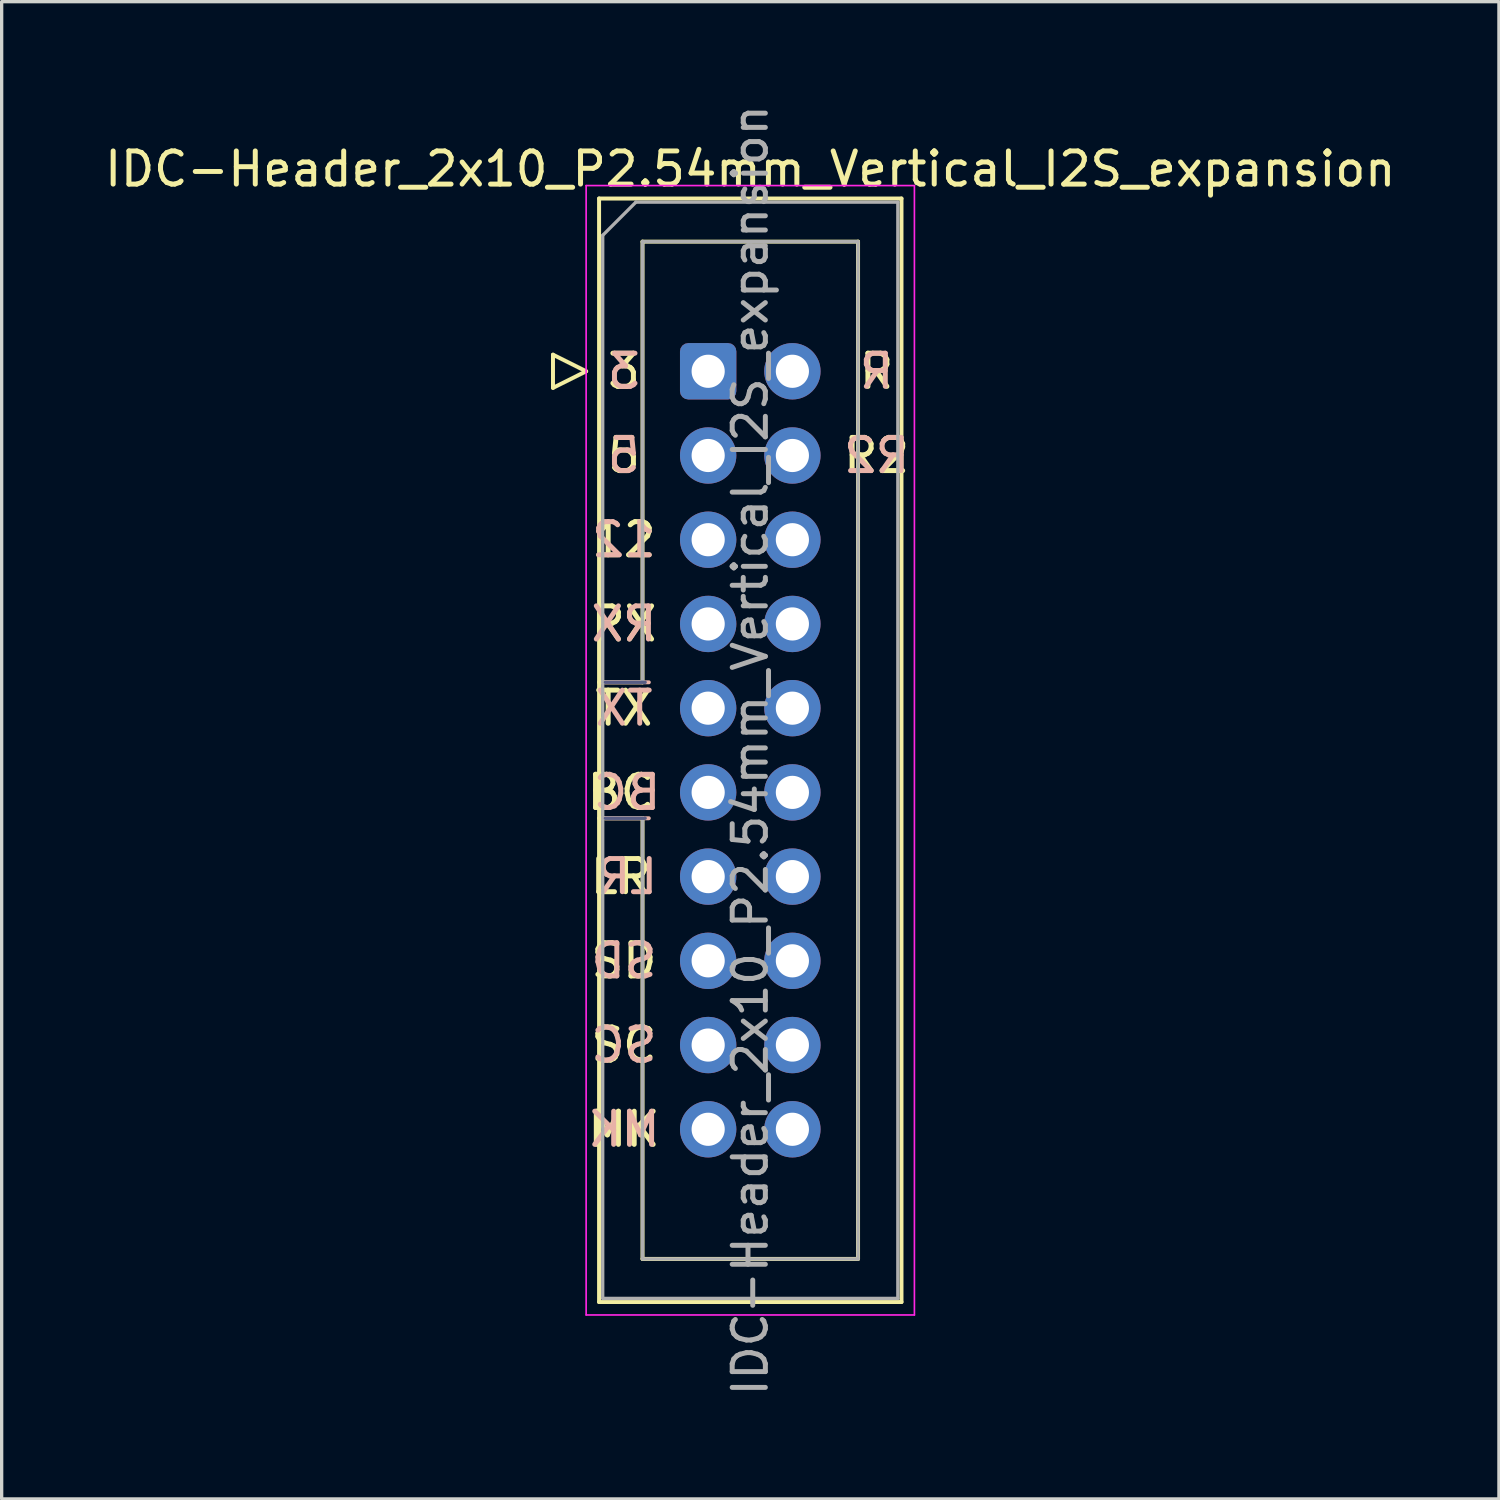
<source format=kicad_pcb>
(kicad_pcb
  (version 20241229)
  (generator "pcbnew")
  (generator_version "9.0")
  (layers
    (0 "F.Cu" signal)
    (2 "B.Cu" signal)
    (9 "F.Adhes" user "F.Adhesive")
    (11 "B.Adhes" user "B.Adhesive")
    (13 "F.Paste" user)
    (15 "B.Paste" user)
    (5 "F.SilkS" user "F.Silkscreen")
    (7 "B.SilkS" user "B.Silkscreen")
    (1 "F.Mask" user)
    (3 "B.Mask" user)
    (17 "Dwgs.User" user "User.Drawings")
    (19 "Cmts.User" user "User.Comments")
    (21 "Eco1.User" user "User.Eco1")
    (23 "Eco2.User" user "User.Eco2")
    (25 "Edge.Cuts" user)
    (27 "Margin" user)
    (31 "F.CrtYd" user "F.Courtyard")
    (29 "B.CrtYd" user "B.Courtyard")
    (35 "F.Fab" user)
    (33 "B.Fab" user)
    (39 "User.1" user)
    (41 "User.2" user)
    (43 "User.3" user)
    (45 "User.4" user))
  (footprint "IDC-Header_2x10_P2.54mm_Vertical_I2S_expansion"
    (layer "F.Cu")
    (at 18.307 8.147)
    (property "Reference" "IDC-Header_2x10_P2.54mm_Vertical_I2S_expansion" (at 1.27 -6.1 0) (layer "F.SilkS") (effects (font (size 1 1) (thickness 0.15))))
    (attr through_hole)
    (fp_line (start -4.68 -0.5) (end -4.68 0.5) (stroke (width 0.12) (type solid)) (layer "F.SilkS"))
    (fp_line (start -4.68 0.5) (end -3.68 0) (stroke (width 0.12) (type solid)) (layer "F.SilkS"))
    (fp_line (start -3.68 0) (end -4.68 -0.5) (stroke (width 0.12) (type solid)) (layer "F.SilkS"))
    (fp_line (start -3.29 -5.21) (end 5.83 -5.21) (stroke (width 0.12) (type solid)) (layer "F.SilkS"))
    (fp_line (start -3.29 9.38) (end -1.98 9.38) (stroke (width 0.12) (type solid)) (layer "F.SilkS"))
    (fp_line (start -3.29 28.07) (end -3.29 -5.21) (stroke (width 0.12) (type solid)) (layer "F.SilkS"))
    (fp_line (start -1.98 -3.91) (end 4.52 -3.91) (stroke (width 0.12) (type solid)) (layer "F.SilkS"))
    (fp_line (start -1.98 9.38) (end -1.98 -3.91) (stroke (width 0.12) (type solid)) (layer "F.SilkS"))
    (fp_line (start -1.98 13.48) (end -3.29 13.48) (stroke (width 0.12) (type solid)) (layer "F.SilkS"))
    (fp_line (start -1.98 13.48) (end -1.98 13.48) (stroke (width 0.12) (type solid)) (layer "F.SilkS"))
    (fp_line (start -1.98 26.77) (end -1.98 13.48) (stroke (width 0.12) (type solid)) (layer "F.SilkS"))
    (fp_line (start 4.52 -3.91) (end 4.52 26.77) (stroke (width 0.12) (type solid)) (layer "F.SilkS"))
    (fp_line (start 4.52 26.77) (end -1.98 26.77) (stroke (width 0.12) (type solid)) (layer "F.SilkS"))
    (fp_line (start 5.83 -5.21) (end 5.83 28.07) (stroke (width 0.12) (type solid)) (layer "F.SilkS"))
    (fp_line (start 5.83 28.07) (end -3.29 28.07) (stroke (width 0.12) (type solid)) (layer "F.SilkS"))
    (fp_line (start -3.1 13.48) (end -1.79 13.48) (stroke (width 0.12) (type solid)) (layer "B.SilkS"))
    (fp_line (start -1.79 9.38) (end -3.1 9.38) (stroke (width 0.12) (type solid)) (layer "B.SilkS"))
    (fp_line (start -3.68 -5.6) (end -3.68 28.46) (stroke (width 0.05) (type solid)) (layer "F.CrtYd"))
    (fp_line (start -3.68 28.46) (end 6.22 28.46) (stroke (width 0.05) (type solid)) (layer "F.CrtYd"))
    (fp_line (start 6.22 -5.6) (end -3.68 -5.6) (stroke (width 0.05) (type solid)) (layer "F.CrtYd"))
    (fp_line (start 6.22 28.46) (end 6.22 -5.6) (stroke (width 0.05) (type solid)) (layer "F.CrtYd"))
    (fp_line (start -3.1 13.48) (end -1.9 13.48) (stroke (width 0.1) (type solid)) (layer "B.Fab"))
    (fp_line (start -1.9 9.38) (end -3.1 9.38) (stroke (width 0.1) (type solid)) (layer "B.Fab"))
    (fp_line (start -3.18 -4.1) (end -2.18 -5.1) (stroke (width 0.1) (type solid)) (layer "F.Fab"))
    (fp_line (start -3.18 9.38) (end -1.98 9.38) (stroke (width 0.1) (type solid)) (layer "F.Fab"))
    (fp_line (start -3.18 27.96) (end -3.18 -4.1) (stroke (width 0.1) (type solid)) (layer "F.Fab"))
    (fp_line (start -2.18 -5.1) (end 5.72 -5.1) (stroke (width 0.1) (type solid)) (layer "F.Fab"))
    (fp_line (start -1.98 -3.91) (end 4.52 -3.91) (stroke (width 0.1) (type solid)) (layer "F.Fab"))
    (fp_line (start -1.98 9.38) (end -1.98 -3.91) (stroke (width 0.1) (type solid)) (layer "F.Fab"))
    (fp_line (start -1.98 13.48) (end -3.18 13.48) (stroke (width 0.1) (type solid)) (layer "F.Fab"))
    (fp_line (start -1.98 13.48) (end -1.98 13.48) (stroke (width 0.1) (type solid)) (layer "F.Fab"))
    (fp_line (start -1.98 26.77) (end -1.98 13.48) (stroke (width 0.1) (type solid)) (layer "F.Fab"))
    (fp_line (start 4.52 -3.91) (end 4.52 26.77) (stroke (width 0.1) (type solid)) (layer "F.Fab"))
    (fp_line (start 4.52 26.77) (end -1.98 26.77) (stroke (width 0.1) (type solid)) (layer "F.Fab"))
    (fp_line (start 5.72 -5.1) (end 5.72 27.96) (stroke (width 0.1) (type solid)) (layer "F.Fab"))
    (fp_line (start 5.72 27.96) (end -3.18 27.96) (stroke (width 0.1) (type solid)) (layer "F.Fab"))
    (fp_text user "R2" (at 5.08 2.54 0) (unlocked yes) (layer "F.SilkS") (effects (font (size 1 1) (thickness 0.15))))
    (fp_text user "5" (at -2.54 2.54 0) (unlocked yes) (layer "F.SilkS") (effects (font (size 1 1) (thickness 0.15))))
    (fp_text user "3" (at -2.54 0 0) (unlocked yes) (layer "F.SilkS") (effects (font (size 1 1) (thickness 0.15))))
    (fp_text user "LR" (at -2.635 15.24 0) (unlocked yes) (layer "F.SilkS") (effects (font (size 1 1) (thickness 0.15))))
    (fp_text user "RX" (at -2.54 7.62 0) (unlocked yes) (layer "F.SilkS") (effects (font (size 1 1) (thickness 0.15))))
    (fp_text user "R" (at 5.08 0 0) (unlocked yes) (layer "F.SilkS") (effects (font (size 1 1) (thickness 0.15))))
    (fp_text user "SD" (at -2.54 17.78 0) (unlocked yes) (layer "F.SilkS") (effects (font (size 1 1) (thickness 0.15))))
    (fp_text user "12" (at -2.54 5.08 0) (unlocked yes) (layer "F.SilkS") (effects (font (size 1 1) (thickness 0.15))))
    (fp_text user "TX" (at -2.54 10.16 0) (unlocked yes) (layer "F.SilkS") (effects (font (size 1 1) (thickness 0.15))))
    (fp_text user "SC" (at -2.54 20.32 0) (unlocked yes) (layer "F.SilkS") (effects (font (size 1 1) (thickness 0.15))))
    (fp_text user "MK" (at -2.54 22.86 0) (unlocked yes) (layer "F.SilkS") (effects (font (size 1 1) (thickness 0.15))))
    (fp_text user "BC" (at -2.635 12.7 0) (unlocked yes) (layer "F.SilkS") (effects (font (size 1 1) (thickness 0.15))))
    (fp_text user "SD" (at -2.54 17.78 0) (unlocked yes) (layer "B.SilkS") (effects (font (size 1 1) (thickness 0.15)) (justify mirror)))
    (fp_text user "5" (at -2.54 2.54 0) (unlocked yes) (layer "B.SilkS") (effects (font (size 1 1) (thickness 0.15)) (justify mirror)))
    (fp_text user "LR" (at -2.445 15.24 0) (unlocked yes) (layer "B.SilkS") (effects (font (size 1 1) (thickness 0.15)) (justify mirror)))
    (fp_text user "MK" (at -2.54 22.86 0) (unlocked yes) (layer "B.SilkS") (effects (font (size 1 1) (thickness 0.15)) (justify mirror)))
    (fp_text user "3" (at -2.54 0 0) (unlocked yes) (layer "B.SilkS") (effects (font (size 1 1) (thickness 0.15)) (justify mirror)))
    (fp_text user "R" (at 5.08 0 0) (unlocked yes) (layer "B.SilkS") (effects (font (size 1 1) (thickness 0.15)) (justify mirror)))
    (fp_text user "R2" (at 5.08 2.54 0) (unlocked yes) (layer "B.SilkS") (effects (font (size 1 1) (thickness 0.15)) (justify mirror)))
    (fp_text user "TX" (at -2.54 10.16 0) (unlocked yes) (layer "B.SilkS") (effects (font (size 1 1) (thickness 0.15)) (justify mirror)))
    (fp_text user "12" (at -2.54 5.08 0) (unlocked yes) (layer "B.SilkS") (effects (font (size 1 1) (thickness 0.15)) (justify mirror)))
    (fp_text user "SC" (at -2.54 20.32 0) (unlocked yes) (layer "B.SilkS") (effects (font (size 1 1) (thickness 0.15)) (justify mirror)))
    (fp_text user "RX" (at -2.54 7.62 0) (unlocked yes) (layer "B.SilkS") (effects (font (size 1 1) (thickness 0.15)) (justify mirror)))
    (fp_text user "BC" (at -2.445 12.7 0) (unlocked yes) (layer "B.SilkS") (effects (font (size 1 1) (thickness 0.15)) (justify mirror)))
    (fp_text user "${REFERENCE}" (at 1.27 11.43 90) (layer "F.Fab") (effects (font (size 1 1) (thickness 0.15))))
    (pad "1" thru_hole roundrect (at 0 0) (size 1.7 1.7) (drill 1) (layers "*.Cu" "*.Mask") (roundrect_rratio 0.147))
    (pad "2" thru_hole circle (at 2.54 0) (size 1.7 1.7) (drill 1) (layers "*.Cu" "*.Mask"))
    (pad "3" thru_hole circle (at 0 2.54) (size 1.7 1.7) (drill 1) (layers "*.Cu" "*.Mask"))
    (pad "4" thru_hole circle (at 2.54 2.54) (size 1.7 1.7) (drill 1) (layers "*.Cu" "*.Mask"))
    (pad "5" thru_hole circle (at 0 5.08) (size 1.7 1.7) (drill 1) (layers "*.Cu" "*.Mask"))
    (pad "6" thru_hole circle (at 2.54 5.08) (size 1.7 1.7) (drill 1) (layers "*.Cu" "*.Mask"))
    (pad "7" thru_hole circle (at 0 7.62) (size 1.7 1.7) (drill 1) (layers "*.Cu" "*.Mask"))
    (pad "8" thru_hole circle (at 2.54 7.62) (size 1.7 1.7) (drill 1) (layers "*.Cu" "*.Mask"))
    (pad "9" thru_hole circle (at 0 10.16) (size 1.7 1.7) (drill 1) (layers "*.Cu" "*.Mask"))
    (pad "10" thru_hole circle (at 2.54 10.16) (size 1.7 1.7) (drill 1) (layers "*.Cu" "*.Mask"))
    (pad "11" thru_hole circle (at 0 12.7) (size 1.7 1.7) (drill 1) (layers "*.Cu" "*.Mask"))
    (pad "12" thru_hole circle (at 2.54 12.7) (size 1.7 1.7) (drill 1) (layers "*.Cu" "*.Mask"))
    (pad "13" thru_hole circle (at 0 15.24) (size 1.7 1.7) (drill 1) (layers "*.Cu" "*.Mask"))
    (pad "14" thru_hole circle (at 2.54 15.24) (size 1.7 1.7) (drill 1) (layers "*.Cu" "*.Mask"))
    (pad "15" thru_hole circle (at 0 17.78) (size 1.7 1.7) (drill 1) (layers "*.Cu" "*.Mask"))
    (pad "16" thru_hole circle (at 2.54 17.78) (size 1.7 1.7) (drill 1) (layers "*.Cu" "*.Mask"))
    (pad "17" thru_hole circle (at 0 20.32) (size 1.7 1.7) (drill 1) (layers "*.Cu" "*.Mask"))
    (pad "18" thru_hole circle (at 2.54 20.32) (size 1.7 1.7) (drill 1) (layers "*.Cu" "*.Mask"))
    (pad "19" thru_hole circle (at 0 22.86) (size 1.7 1.7) (drill 1) (layers "*.Cu" "*.Mask"))
    (pad "20" thru_hole circle (at 2.54 22.86) (size 1.7 1.7) (drill 1) (layers "*.Cu" "*.Mask")))
  (gr_rect
    (start -3 -3)
    (end 42.155 42.155)
    (stroke (width 0.1) (type default))
    (fill no)
    (layer "Edge.Cuts")))
</source>
